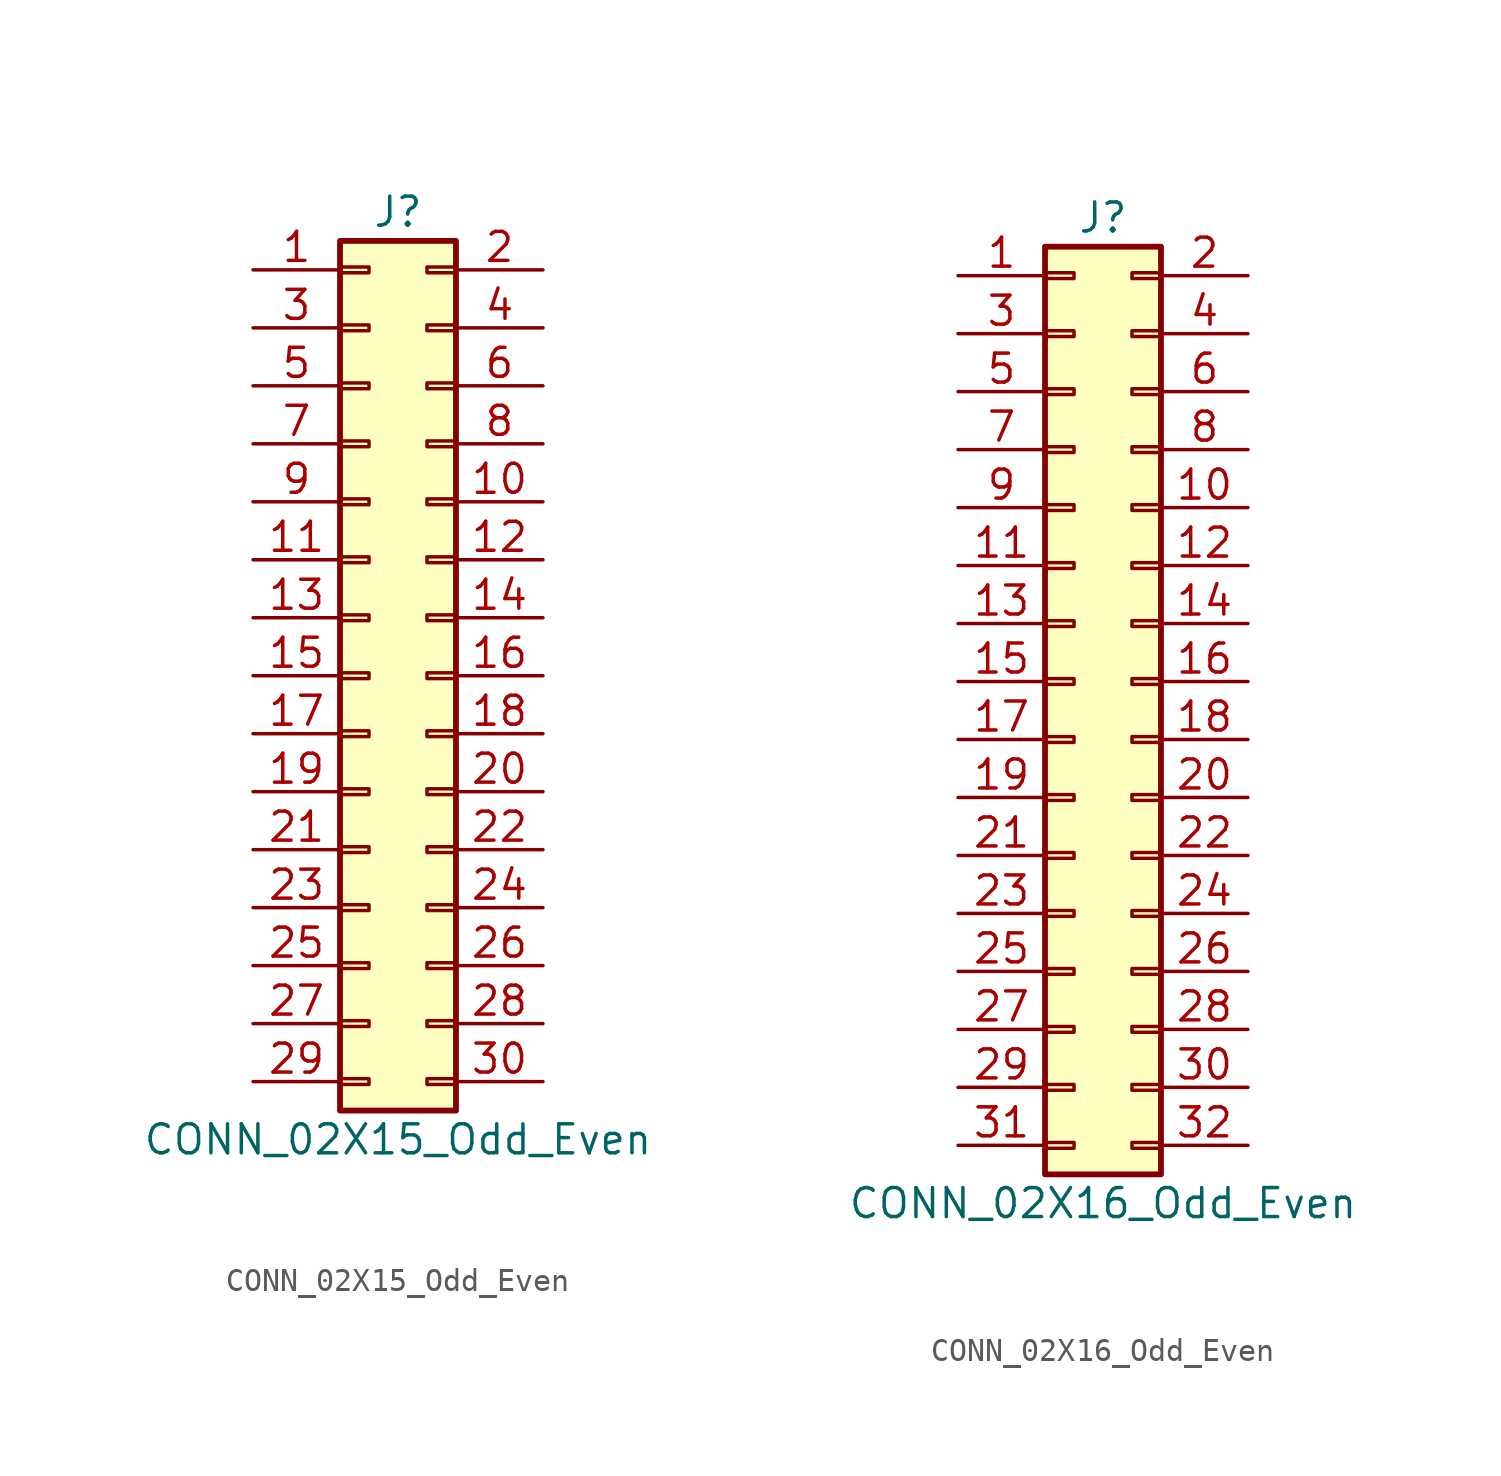
<source format=kicad_sym>
(kicad_symbol_lib
  (version 20211014)
  (generator kicad_symbol_editor)
  (symbol "CONN_02X15_Odd_Even"
    (pin_names
      (offset 1.016) hide)
    (property "Reference" "J"
      (at 1.27 20.32 0)
      (effects (font (size 1.27 1.27))))
    (property "Value" "CONN_02X15_Odd_Even"
      (at 1.27 -20.32 0)
      (effects (font (size 1.27 1.27))))
    (symbol "CONN_02X15_Odd_Even_1_1"
      (rectangle (start -1.27 -17.653) (end 0 -17.907) (stroke (width 0.152) (type default) (color 0 0 0 0)) (fill (type none)))
      (rectangle (start -1.27 -15.113) (end 0 -15.367) (stroke (width 0.152) (type default) (color 0 0 0 0)) (fill (type none)))
      (rectangle (start -1.27 -12.573) (end 0 -12.827) (stroke (width 0.152) (type default) (color 0 0 0 0)) (fill (type none)))
      (rectangle (start -1.27 -10.033) (end 0 -10.287) (stroke (width 0.152) (type default) (color 0 0 0 0)) (fill (type none)))
      (rectangle (start -1.27 -7.493) (end 0 -7.747) (stroke (width 0.152) (type default) (color 0 0 0 0)) (fill (type none)))
      (rectangle (start -1.27 -4.953) (end 0 -5.207) (stroke (width 0.152) (type default) (color 0 0 0 0)) (fill (type none)))
      (rectangle (start -1.27 -2.413) (end 0 -2.667) (stroke (width 0.152) (type default) (color 0 0 0 0)) (fill (type none)))
      (rectangle (start -1.27 0.127) (end 0 -0.127) (stroke (width 0.152) (type default) (color 0 0 0 0)) (fill (type none)))
      (rectangle (start -1.27 2.667) (end 0 2.413) (stroke (width 0.152) (type default) (color 0 0 0 0)) (fill (type none)))
      (rectangle (start -1.27 5.207) (end 0 4.953) (stroke (width 0.152) (type default) (color 0 0 0 0)) (fill (type none)))
      (rectangle (start -1.27 7.747) (end 0 7.493) (stroke (width 0.152) (type default) (color 0 0 0 0)) (fill (type none)))
      (rectangle (start -1.27 10.287) (end 0 10.033) (stroke (width 0.152) (type default) (color 0 0 0 0)) (fill (type none)))
      (rectangle (start -1.27 12.827) (end 0 12.573) (stroke (width 0.152) (type default) (color 0 0 0 0)) (fill (type none)))
      (rectangle (start -1.27 15.367) (end 0 15.113) (stroke (width 0.152) (type default) (color 0 0 0 0)) (fill (type none)))
      (rectangle (start -1.27 17.907) (end 0 17.653) (stroke (width 0.152) (type default) (color 0 0 0 0)) (fill (type none)))
      (rectangle (start -1.27 19.05) (end 3.81 -19.05) (stroke (width 0.254) (type default) (color 0 0 0 0)) (fill (type background)))
      (rectangle (start 3.81 -17.653) (end 2.54 -17.907) (stroke (width 0.152) (type default) (color 0 0 0 0)) (fill (type none)))
      (rectangle (start 3.81 -15.113) (end 2.54 -15.367) (stroke (width 0.152) (type default) (color 0 0 0 0)) (fill (type none)))
      (rectangle (start 3.81 -12.573) (end 2.54 -12.827) (stroke (width 0.152) (type default) (color 0 0 0 0)) (fill (type none)))
      (rectangle (start 3.81 -10.033) (end 2.54 -10.287) (stroke (width 0.152) (type default) (color 0 0 0 0)) (fill (type none)))
      (rectangle (start 3.81 -7.493) (end 2.54 -7.747) (stroke (width 0.152) (type default) (color 0 0 0 0)) (fill (type none)))
      (rectangle (start 3.81 -4.953) (end 2.54 -5.207) (stroke (width 0.152) (type default) (color 0 0 0 0)) (fill (type none)))
      (rectangle (start 3.81 -2.413) (end 2.54 -2.667) (stroke (width 0.152) (type default) (color 0 0 0 0)) (fill (type none)))
      (rectangle (start 3.81 0.127) (end 2.54 -0.127) (stroke (width 0.152) (type default) (color 0 0 0 0)) (fill (type none)))
      (rectangle (start 3.81 2.667) (end 2.54 2.413) (stroke (width 0.152) (type default) (color 0 0 0 0)) (fill (type none)))
      (rectangle (start 3.81 5.207) (end 2.54 4.953) (stroke (width 0.152) (type default) (color 0 0 0 0)) (fill (type none)))
      (rectangle (start 3.81 7.747) (end 2.54 7.493) (stroke (width 0.152) (type default) (color 0 0 0 0)) (fill (type none)))
      (rectangle (start 3.81 10.287) (end 2.54 10.033) (stroke (width 0.152) (type default) (color 0 0 0 0)) (fill (type none)))
      (rectangle (start 3.81 12.827) (end 2.54 12.573) (stroke (width 0.152) (type default) (color 0 0 0 0)) (fill (type none)))
      (rectangle (start 3.81 15.367) (end 2.54 15.113) (stroke (width 0.152) (type default) (color 0 0 0 0)) (fill (type none)))
      (rectangle (start 3.81 17.907) (end 2.54 17.653) (stroke (width 0.152) (type default) (color 0 0 0 0)) (fill (type none)))
      (pin passive line (at -5.08 17.78 0) (length 3.81) (name "Pin_1" (effects (font (size 1.27 1.27)))) (number "1" (effects (font (size 1.27 1.27)))))
      (pin passive line (at 7.62 7.62 180) (length 3.81) (name "Pin_10" (effects (font (size 1.27 1.27)))) (number "10" (effects (font (size 1.27 1.27)))))
      (pin passive line (at -5.08 5.08 0) (length 3.81) (name "Pin_11" (effects (font (size 1.27 1.27)))) (number "11" (effects (font (size 1.27 1.27)))))
      (pin passive line (at 7.62 5.08 180) (length 3.81) (name "Pin_12" (effects (font (size 1.27 1.27)))) (number "12" (effects (font (size 1.27 1.27)))))
      (pin passive line (at -5.08 2.54 0) (length 3.81) (name "Pin_13" (effects (font (size 1.27 1.27)))) (number "13" (effects (font (size 1.27 1.27)))))
      (pin passive line (at 7.62 2.54 180) (length 3.81) (name "Pin_14" (effects (font (size 1.27 1.27)))) (number "14" (effects (font (size 1.27 1.27)))))
      (pin passive line (at -5.08 0 0) (length 3.81) (name "Pin_15" (effects (font (size 1.27 1.27)))) (number "15" (effects (font (size 1.27 1.27)))))
      (pin passive line (at 7.62 0 180) (length 3.81) (name "Pin_16" (effects (font (size 1.27 1.27)))) (number "16" (effects (font (size 1.27 1.27)))))
      (pin passive line (at -5.08 -2.54 0) (length 3.81) (name "Pin_17" (effects (font (size 1.27 1.27)))) (number "17" (effects (font (size 1.27 1.27)))))
      (pin passive line (at 7.62 -2.54 180) (length 3.81) (name "Pin_18" (effects (font (size 1.27 1.27)))) (number "18" (effects (font (size 1.27 1.27)))))
      (pin passive line (at -5.08 -5.08 0) (length 3.81) (name "Pin_19" (effects (font (size 1.27 1.27)))) (number "19" (effects (font (size 1.27 1.27)))))
      (pin passive line (at 7.62 17.78 180) (length 3.81) (name "Pin_2" (effects (font (size 1.27 1.27)))) (number "2" (effects (font (size 1.27 1.27)))))
      (pin passive line (at 7.62 -5.08 180) (length 3.81) (name "Pin_20" (effects (font (size 1.27 1.27)))) (number "20" (effects (font (size 1.27 1.27)))))
      (pin passive line (at -5.08 -7.62 0) (length 3.81) (name "Pin_21" (effects (font (size 1.27 1.27)))) (number "21" (effects (font (size 1.27 1.27)))))
      (pin passive line (at 7.62 -7.62 180) (length 3.81) (name "Pin_22" (effects (font (size 1.27 1.27)))) (number "22" (effects (font (size 1.27 1.27)))))
      (pin passive line (at -5.08 -10.16 0) (length 3.81) (name "Pin_23" (effects (font (size 1.27 1.27)))) (number "23" (effects (font (size 1.27 1.27)))))
      (pin passive line (at 7.62 -10.16 180) (length 3.81) (name "Pin_24" (effects (font (size 1.27 1.27)))) (number "24" (effects (font (size 1.27 1.27)))))
      (pin passive line (at -5.08 -12.7 0) (length 3.81) (name "Pin_25" (effects (font (size 1.27 1.27)))) (number "25" (effects (font (size 1.27 1.27)))))
      (pin passive line (at 7.62 -12.7 180) (length 3.81) (name "Pin_26" (effects (font (size 1.27 1.27)))) (number "26" (effects (font (size 1.27 1.27)))))
      (pin passive line (at -5.08 -15.24 0) (length 3.81) (name "Pin_27" (effects (font (size 1.27 1.27)))) (number "27" (effects (font (size 1.27 1.27)))))
      (pin passive line (at 7.62 -15.24 180) (length 3.81) (name "Pin_28" (effects (font (size 1.27 1.27)))) (number "28" (effects (font (size 1.27 1.27)))))
      (pin passive line (at -5.08 -17.78 0) (length 3.81) (name "Pin_29" (effects (font (size 1.27 1.27)))) (number "29" (effects (font (size 1.27 1.27)))))
      (pin passive line (at -5.08 15.24 0) (length 3.81) (name "Pin_3" (effects (font (size 1.27 1.27)))) (number "3" (effects (font (size 1.27 1.27)))))
      (pin passive line (at 7.62 -17.78 180) (length 3.81) (name "Pin_30" (effects (font (size 1.27 1.27)))) (number "30" (effects (font (size 1.27 1.27)))))
      (pin passive line (at 7.62 15.24 180) (length 3.81) (name "Pin_4" (effects (font (size 1.27 1.27)))) (number "4" (effects (font (size 1.27 1.27)))))
      (pin passive line (at -5.08 12.7 0) (length 3.81) (name "Pin_5" (effects (font (size 1.27 1.27)))) (number "5" (effects (font (size 1.27 1.27)))))
      (pin passive line (at 7.62 12.7 180) (length 3.81) (name "Pin_6" (effects (font (size 1.27 1.27)))) (number "6" (effects (font (size 1.27 1.27)))))
      (pin passive line (at -5.08 10.16 0) (length 3.81) (name "Pin_7" (effects (font (size 1.27 1.27)))) (number "7" (effects (font (size 1.27 1.27)))))
      (pin passive line (at 7.62 10.16 180) (length 3.81) (name "Pin_8" (effects (font (size 1.27 1.27)))) (number "8" (effects (font (size 1.27 1.27)))))
      (pin passive line (at -5.08 7.62 0) (length 3.81) (name "Pin_9" (effects (font (size 1.27 1.27)))) (number "9" (effects (font (size 1.27 1.27)))))))
  (symbol "CONN_02X16_Odd_Even"
    (pin_names
      (offset 1.016) hide)
    (property "Reference" "J"
      (at 1.27 20.32 0)
      (effects (font (size 1.27 1.27))))
    (property "Value" "CONN_02X16_Odd_Even"
      (at 1.27 -22.86 0)
      (effects (font (size 1.27 1.27))))
    (symbol "CONN_02X16_Odd_Even_1_1"
      (rectangle (start -1.27 -20.193) (end 0 -20.447) (stroke (width 0.152) (type default) (color 0 0 0 0)) (fill (type none)))
      (rectangle (start -1.27 -17.653) (end 0 -17.907) (stroke (width 0.152) (type default) (color 0 0 0 0)) (fill (type none)))
      (rectangle (start -1.27 -15.113) (end 0 -15.367) (stroke (width 0.152) (type default) (color 0 0 0 0)) (fill (type none)))
      (rectangle (start -1.27 -12.573) (end 0 -12.827) (stroke (width 0.152) (type default) (color 0 0 0 0)) (fill (type none)))
      (rectangle (start -1.27 -10.033) (end 0 -10.287) (stroke (width 0.152) (type default) (color 0 0 0 0)) (fill (type none)))
      (rectangle (start -1.27 -7.493) (end 0 -7.747) (stroke (width 0.152) (type default) (color 0 0 0 0)) (fill (type none)))
      (rectangle (start -1.27 -4.953) (end 0 -5.207) (stroke (width 0.152) (type default) (color 0 0 0 0)) (fill (type none)))
      (rectangle (start -1.27 -2.413) (end 0 -2.667) (stroke (width 0.152) (type default) (color 0 0 0 0)) (fill (type none)))
      (rectangle (start -1.27 0.127) (end 0 -0.127) (stroke (width 0.152) (type default) (color 0 0 0 0)) (fill (type none)))
      (rectangle (start -1.27 2.667) (end 0 2.413) (stroke (width 0.152) (type default) (color 0 0 0 0)) (fill (type none)))
      (rectangle (start -1.27 5.207) (end 0 4.953) (stroke (width 0.152) (type default) (color 0 0 0 0)) (fill (type none)))
      (rectangle (start -1.27 7.747) (end 0 7.493) (stroke (width 0.152) (type default) (color 0 0 0 0)) (fill (type none)))
      (rectangle (start -1.27 10.287) (end 0 10.033) (stroke (width 0.152) (type default) (color 0 0 0 0)) (fill (type none)))
      (rectangle (start -1.27 12.827) (end 0 12.573) (stroke (width 0.152) (type default) (color 0 0 0 0)) (fill (type none)))
      (rectangle (start -1.27 15.367) (end 0 15.113) (stroke (width 0.152) (type default) (color 0 0 0 0)) (fill (type none)))
      (rectangle (start -1.27 17.907) (end 0 17.653) (stroke (width 0.152) (type default) (color 0 0 0 0)) (fill (type none)))
      (rectangle (start -1.27 19.05) (end 3.81 -21.59) (stroke (width 0.254) (type default) (color 0 0 0 0)) (fill (type background)))
      (rectangle (start 3.81 -20.193) (end 2.54 -20.447) (stroke (width 0.152) (type default) (color 0 0 0 0)) (fill (type none)))
      (rectangle (start 3.81 -17.653) (end 2.54 -17.907) (stroke (width 0.152) (type default) (color 0 0 0 0)) (fill (type none)))
      (rectangle (start 3.81 -15.113) (end 2.54 -15.367) (stroke (width 0.152) (type default) (color 0 0 0 0)) (fill (type none)))
      (rectangle (start 3.81 -12.573) (end 2.54 -12.827) (stroke (width 0.152) (type default) (color 0 0 0 0)) (fill (type none)))
      (rectangle (start 3.81 -10.033) (end 2.54 -10.287) (stroke (width 0.152) (type default) (color 0 0 0 0)) (fill (type none)))
      (rectangle (start 3.81 -7.493) (end 2.54 -7.747) (stroke (width 0.152) (type default) (color 0 0 0 0)) (fill (type none)))
      (rectangle (start 3.81 -4.953) (end 2.54 -5.207) (stroke (width 0.152) (type default) (color 0 0 0 0)) (fill (type none)))
      (rectangle (start 3.81 -2.413) (end 2.54 -2.667) (stroke (width 0.152) (type default) (color 0 0 0 0)) (fill (type none)))
      (rectangle (start 3.81 0.127) (end 2.54 -0.127) (stroke (width 0.152) (type default) (color 0 0 0 0)) (fill (type none)))
      (rectangle (start 3.81 2.667) (end 2.54 2.413) (stroke (width 0.152) (type default) (color 0 0 0 0)) (fill (type none)))
      (rectangle (start 3.81 5.207) (end 2.54 4.953) (stroke (width 0.152) (type default) (color 0 0 0 0)) (fill (type none)))
      (rectangle (start 3.81 7.747) (end 2.54 7.493) (stroke (width 0.152) (type default) (color 0 0 0 0)) (fill (type none)))
      (rectangle (start 3.81 10.287) (end 2.54 10.033) (stroke (width 0.152) (type default) (color 0 0 0 0)) (fill (type none)))
      (rectangle (start 3.81 12.827) (end 2.54 12.573) (stroke (width 0.152) (type default) (color 0 0 0 0)) (fill (type none)))
      (rectangle (start 3.81 15.367) (end 2.54 15.113) (stroke (width 0.152) (type default) (color 0 0 0 0)) (fill (type none)))
      (rectangle (start 3.81 17.907) (end 2.54 17.653) (stroke (width 0.152) (type default) (color 0 0 0 0)) (fill (type none)))
      (pin passive line (at -5.08 17.78 0) (length 3.81) (name "Pin_1" (effects (font (size 1.27 1.27)))) (number "1" (effects (font (size 1.27 1.27)))))
      (pin passive line (at 7.62 7.62 180) (length 3.81) (name "Pin_10" (effects (font (size 1.27 1.27)))) (number "10" (effects (font (size 1.27 1.27)))))
      (pin passive line (at -5.08 5.08 0) (length 3.81) (name "Pin_11" (effects (font (size 1.27 1.27)))) (number "11" (effects (font (size 1.27 1.27)))))
      (pin passive line (at 7.62 5.08 180) (length 3.81) (name "Pin_12" (effects (font (size 1.27 1.27)))) (number "12" (effects (font (size 1.27 1.27)))))
      (pin passive line (at -5.08 2.54 0) (length 3.81) (name "Pin_13" (effects (font (size 1.27 1.27)))) (number "13" (effects (font (size 1.27 1.27)))))
      (pin passive line (at 7.62 2.54 180) (length 3.81) (name "Pin_14" (effects (font (size 1.27 1.27)))) (number "14" (effects (font (size 1.27 1.27)))))
      (pin passive line (at -5.08 0 0) (length 3.81) (name "Pin_15" (effects (font (size 1.27 1.27)))) (number "15" (effects (font (size 1.27 1.27)))))
      (pin passive line (at 7.62 0 180) (length 3.81) (name "Pin_16" (effects (font (size 1.27 1.27)))) (number "16" (effects (font (size 1.27 1.27)))))
      (pin passive line (at -5.08 -2.54 0) (length 3.81) (name "Pin_17" (effects (font (size 1.27 1.27)))) (number "17" (effects (font (size 1.27 1.27)))))
      (pin passive line (at 7.62 -2.54 180) (length 3.81) (name "Pin_18" (effects (font (size 1.27 1.27)))) (number "18" (effects (font (size 1.27 1.27)))))
      (pin passive line (at -5.08 -5.08 0) (length 3.81) (name "Pin_19" (effects (font (size 1.27 1.27)))) (number "19" (effects (font (size 1.27 1.27)))))
      (pin passive line (at 7.62 17.78 180) (length 3.81) (name "Pin_2" (effects (font (size 1.27 1.27)))) (number "2" (effects (font (size 1.27 1.27)))))
      (pin passive line (at 7.62 -5.08 180) (length 3.81) (name "Pin_20" (effects (font (size 1.27 1.27)))) (number "20" (effects (font (size 1.27 1.27)))))
      (pin passive line (at -5.08 -7.62 0) (length 3.81) (name "Pin_21" (effects (font (size 1.27 1.27)))) (number "21" (effects (font (size 1.27 1.27)))))
      (pin passive line (at 7.62 -7.62 180) (length 3.81) (name "Pin_22" (effects (font (size 1.27 1.27)))) (number "22" (effects (font (size 1.27 1.27)))))
      (pin passive line (at -5.08 -10.16 0) (length 3.81) (name "Pin_23" (effects (font (size 1.27 1.27)))) (number "23" (effects (font (size 1.27 1.27)))))
      (pin passive line (at 7.62 -10.16 180) (length 3.81) (name "Pin_24" (effects (font (size 1.27 1.27)))) (number "24" (effects (font (size 1.27 1.27)))))
      (pin passive line (at -5.08 -12.7 0) (length 3.81) (name "Pin_25" (effects (font (size 1.27 1.27)))) (number "25" (effects (font (size 1.27 1.27)))))
      (pin passive line (at 7.62 -12.7 180) (length 3.81) (name "Pin_26" (effects (font (size 1.27 1.27)))) (number "26" (effects (font (size 1.27 1.27)))))
      (pin passive line (at -5.08 -15.24 0) (length 3.81) (name "Pin_27" (effects (font (size 1.27 1.27)))) (number "27" (effects (font (size 1.27 1.27)))))
      (pin passive line (at 7.62 -15.24 180) (length 3.81) (name "Pin_28" (effects (font (size 1.27 1.27)))) (number "28" (effects (font (size 1.27 1.27)))))
      (pin passive line (at -5.08 -17.78 0) (length 3.81) (name "Pin_29" (effects (font (size 1.27 1.27)))) (number "29" (effects (font (size 1.27 1.27)))))
      (pin passive line (at -5.08 15.24 0) (length 3.81) (name "Pin_3" (effects (font (size 1.27 1.27)))) (number "3" (effects (font (size 1.27 1.27)))))
      (pin passive line (at 7.62 -17.78 180) (length 3.81) (name "Pin_30" (effects (font (size 1.27 1.27)))) (number "30" (effects (font (size 1.27 1.27)))))
      (pin passive line (at -5.08 -20.32 0) (length 3.81) (name "Pin_31" (effects (font (size 1.27 1.27)))) (number "31" (effects (font (size 1.27 1.27)))))
      (pin passive line (at 7.62 -20.32 180) (length 3.81) (name "Pin_32" (effects (font (size 1.27 1.27)))) (number "32" (effects (font (size 1.27 1.27)))))
      (pin passive line (at 7.62 15.24 180) (length 3.81) (name "Pin_4" (effects (font (size 1.27 1.27)))) (number "4" (effects (font (size 1.27 1.27)))))
      (pin passive line (at -5.08 12.7 0) (length 3.81) (name "Pin_5" (effects (font (size 1.27 1.27)))) (number "5" (effects (font (size 1.27 1.27)))))
      (pin passive line (at 7.62 12.7 180) (length 3.81) (name "Pin_6" (effects (font (size 1.27 1.27)))) (number "6" (effects (font (size 1.27 1.27)))))
      (pin passive line (at -5.08 10.16 0) (length 3.81) (name "Pin_7" (effects (font (size 1.27 1.27)))) (number "7" (effects (font (size 1.27 1.27)))))
      (pin passive line (at 7.62 10.16 180) (length 3.81) (name "Pin_8" (effects (font (size 1.27 1.27)))) (number "8" (effects (font (size 1.27 1.27)))))
      (pin passive line (at -5.08 7.62 0) (length 3.81) (name "Pin_9" (effects (font (size 1.27 1.27)))) (number "9" (effects (font (size 1.27 1.27))))))))
</source>
